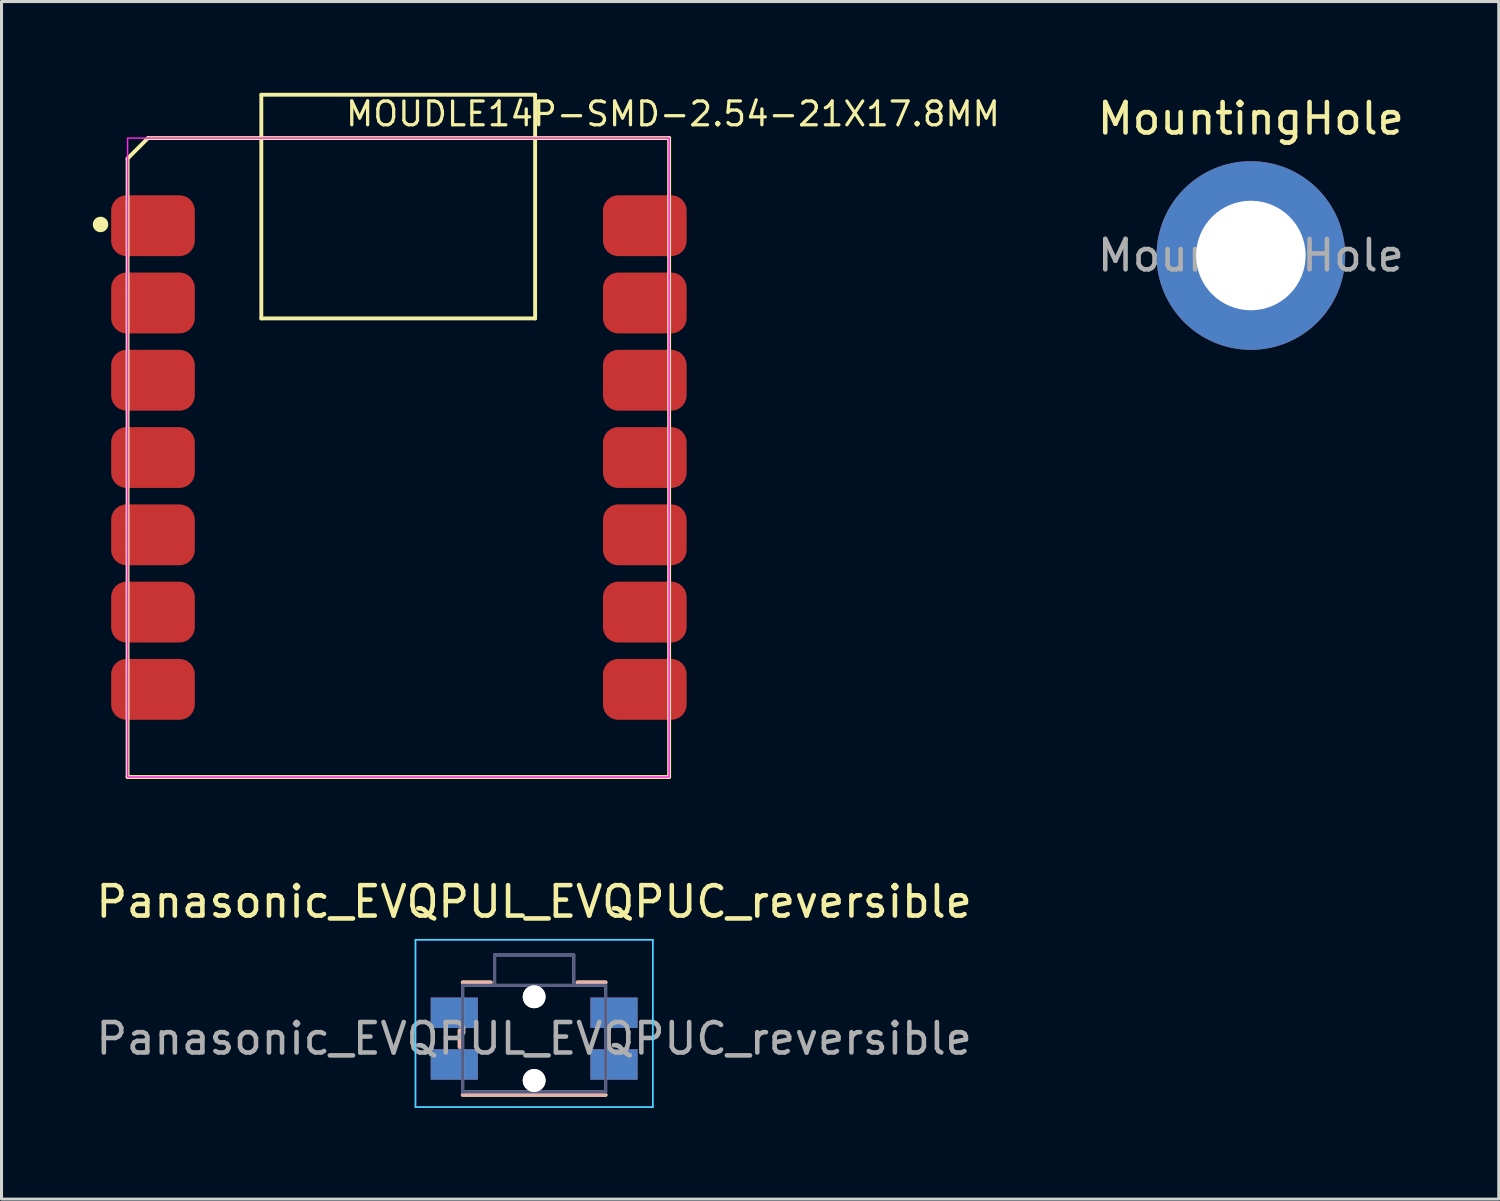
<source format=kicad_pcb>
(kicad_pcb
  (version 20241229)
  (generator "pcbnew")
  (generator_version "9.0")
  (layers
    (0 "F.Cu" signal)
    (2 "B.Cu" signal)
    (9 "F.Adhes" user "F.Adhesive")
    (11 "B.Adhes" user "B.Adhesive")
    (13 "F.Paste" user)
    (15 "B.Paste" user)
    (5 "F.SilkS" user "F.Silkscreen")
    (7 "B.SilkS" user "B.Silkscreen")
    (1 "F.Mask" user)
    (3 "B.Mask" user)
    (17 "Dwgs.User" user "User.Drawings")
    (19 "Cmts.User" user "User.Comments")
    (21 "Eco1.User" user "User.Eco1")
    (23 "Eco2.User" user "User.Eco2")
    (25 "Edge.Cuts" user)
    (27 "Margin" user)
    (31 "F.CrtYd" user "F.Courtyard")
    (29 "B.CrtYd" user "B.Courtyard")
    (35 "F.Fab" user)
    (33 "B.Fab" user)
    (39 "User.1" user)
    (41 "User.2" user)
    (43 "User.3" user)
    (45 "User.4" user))
  (footprint "Panasonic_EVQPUL_EVQPUC_reversible"
    (layer "F.Cu")
    (at 14.506 31.087)
    (property "Reference" "Panasonic_EVQPUL_EVQPUC_reversible" (at 0 -4.5 0) (layer "F.SilkS") (effects (font (size 1 1) (thickness 0.15))))
    (attr smd)
    (fp_line (start -2.45 0.275) (end -2.45 -0.275) (stroke (width 0.12) (type solid)) (layer "F.SilkS"))
    (fp_line (start -1.425 -1.85) (end -2.35 -1.85) (stroke (width 0.12) (type solid)) (layer "F.SilkS"))
    (fp_line (start 2.35 -1.85) (end 1.425 -1.85) (stroke (width 0.12) (type solid)) (layer "F.SilkS"))
    (fp_line (start 2.35 1.85) (end -2.35 1.85) (stroke (width 0.12) (type solid)) (layer "F.SilkS"))
    (fp_line (start 2.45 0.275) (end 2.45 -0.275) (stroke (width 0.12) (type solid)) (layer "F.SilkS"))
    (fp_line (start -2.45 -0.275) (end -2.45 0.275) (stroke (width 0.12) (type solid)) (layer "B.SilkS"))
    (fp_line (start -1.425 -1.85) (end -2.35 -1.85) (stroke (width 0.12) (type solid)) (layer "B.SilkS"))
    (fp_line (start 2.35 -1.85) (end 1.425 -1.85) (stroke (width 0.12) (type solid)) (layer "B.SilkS"))
    (fp_line (start 2.35 1.85) (end -2.35 1.85) (stroke (width 0.12) (type solid)) (layer "B.SilkS"))
    (fp_line (start 2.45 -0.275) (end 2.45 0.275) (stroke (width 0.12) (type solid)) (layer "B.SilkS"))
    (fp_line (start -3.9 -3.25) (end -3.9 2.25) (stroke (width 0.05) (type solid)) (layer "B.CrtYd"))
    (fp_line (start 3.9 -3.25) (end -3.9 -3.25) (stroke (width 0.05) (type solid)) (layer "B.CrtYd"))
    (fp_line (start 3.9 -3.25) (end 3.9 2.25) (stroke (width 0.05) (type solid)) (layer "B.CrtYd"))
    (fp_line (start 3.9 2.25) (end -3.9 2.25) (stroke (width 0.05) (type solid)) (layer "B.CrtYd"))
    (fp_line (start -3.9 2.25) (end -3.9 -3.25) (stroke (width 0.05) (type solid)) (layer "F.CrtYd"))
    (fp_line (start 3.9 -3.25) (end -3.9 -3.25) (stroke (width 0.05) (type solid)) (layer "F.CrtYd"))
    (fp_line (start 3.9 2.25) (end -3.9 2.25) (stroke (width 0.05) (type solid)) (layer "F.CrtYd"))
    (fp_line (start 3.9 2.25) (end 3.9 -3.25) (stroke (width 0.05) (type solid)) (layer "F.CrtYd"))
    (fp_line (start -2.35 -1.75) (end -2.35 1.75) (stroke (width 0.1) (type solid)) (layer "B.Fab"))
    (fp_line (start -1.3 -1.75) (end -1.3 -2.75) (stroke (width 0.1) (type solid)) (layer "B.Fab"))
    (fp_line (start 1.3 -2.75) (end -1.3 -2.75) (stroke (width 0.1) (type solid)) (layer "B.Fab"))
    (fp_line (start 1.3 -1.75) (end 1.3 -2.75) (stroke (width 0.1) (type solid)) (layer "B.Fab"))
    (fp_line (start 2.35 -1.75) (end -2.35 -1.75) (stroke (width 0.1) (type solid)) (layer "B.Fab"))
    (fp_line (start 2.35 -1.75) (end 2.35 1.75) (stroke (width 0.1) (type solid)) (layer "B.Fab"))
    (fp_line (start 2.35 1.75) (end -2.35 1.75) (stroke (width 0.1) (type solid)) (layer "B.Fab"))
    (fp_line (start -2.35 1.75) (end -2.35 -1.75) (stroke (width 0.1) (type solid)) (layer "F.Fab"))
    (fp_line (start -1.3 -2.75) (end -1.3 -1.75) (stroke (width 0.1) (type solid)) (layer "F.Fab"))
    (fp_line (start 1.3 -2.75) (end -1.3 -2.75) (stroke (width 0.1) (type solid)) (layer "F.Fab"))
    (fp_line (start 1.3 -2.75) (end 1.3 -1.75) (stroke (width 0.1) (type solid)) (layer "F.Fab"))
    (fp_line (start 2.35 -1.75) (end -2.35 -1.75) (stroke (width 0.1) (type solid)) (layer "F.Fab"))
    (fp_line (start 2.35 1.75) (end -2.35 1.75) (stroke (width 0.1) (type solid)) (layer "F.Fab"))
    (fp_line (start 2.35 1.75) (end 2.35 -1.75) (stroke (width 0.1) (type solid)) (layer "F.Fab"))
    (fp_text user "${REFERENCE}" (at 0 0 0) (layer "F.Fab") (effects (font (size 1 1) (thickness 0.15))))
    (pad "" np_thru_hole circle (at 0 -1.375 180) (size 0.75 0.75) (drill 0.75) (layers "*.Cu" "*.Mask"))
    (pad "" np_thru_hole circle (at 0 -1.375 180) (size 0.75 0.75) (drill 0.75) (layers "*.Cu" "*.Mask"))
    (pad "" np_thru_hole circle (at 0 1.375 180) (size 0.75 0.75) (drill 0.75) (layers "*.Cu" "*.Mask"))
    (pad "" np_thru_hole circle (at 0 1.375 180) (size 0.75 0.75) (drill 0.75) (layers "*.Cu" "*.Mask"))
    (pad "1" smd rect (at -2.625 -0.85 180) (size 1.55 1) (layers "F.Cu" "F.Mask" "F.Paste"))
    (pad "1" smd rect (at -2.625 -0.85 180) (size 1.55 1) (layers "B.Cu" "B.Mask" "B.Paste"))
    (pad "1" smd rect (at 2.625 -0.85 180) (size 1.55 1) (layers "F.Cu" "F.Mask" "F.Paste"))
    (pad "1" smd rect (at 2.625 -0.85 180) (size 1.55 1) (layers "B.Cu" "B.Mask" "B.Paste"))
    (pad "2" smd rect (at -2.625 0.85 180) (size 1.55 1) (layers "F.Cu" "F.Mask" "F.Paste"))
    (pad "2" smd rect (at -2.625 0.85 180) (size 1.55 1) (layers "B.Cu" "B.Mask" "B.Paste"))
    (pad "2" smd rect (at 2.625 0.85 180) (size 1.55 1) (layers "F.Cu" "F.Mask" "F.Paste"))
    (pad "2" smd rect (at 2.625 0.85 180) (size 1.55 1) (layers "B.Cu" "B.Mask" "B.Paste")))
  (footprint "MountingHole"
    (layer "F.Cu")
    (at 38.063 5.348)
    (property "Reference" "MountingHole" (at 0 -4.5 0) (layer "F.SilkS") (effects (font (size 1 1) (thickness 0.15))))
    (attr exclude_from_pos_files exclude_from_bom)
    (fp_text user "${REFERENCE}" (at 0 0 0) (layer "F.Fab") (effects (font (size 1 1) (thickness 0.15))))
    (pad "1" thru_hole circle (at 0 0) (size 6.2 6.2) (drill 3.6) (layers "*.Cu" "*.Mask")))
  (footprint "MOUDLE14P-SMD-2.54-21X17.8MM"
    (layer "F.Cu")
    (at 1.143 22.488)
    (property "Reference" "MOUDLE14P-SMD-2.54-21X17.8MM" (at 7.112 -21.336 0) (layer "F.SilkS") (effects (font (size 0.782 0.782) (thickness 0.107)) (justify left bottom)))
    (fp_line (start 0 -20.328) (end 0 0) (stroke (width 0.127) (type solid)) (layer "F.SilkS"))
    (fp_line (start 0 0) (end 17.8 0) (stroke (width 0.127) (type solid)) (layer "F.SilkS"))
    (fp_line (start 0.672 -21) (end 0 -20.328) (stroke (width 0.127) (type solid)) (layer "F.SilkS"))
    (fp_line (start 4.396 -15.072) (end 4.396 -22.425) (stroke (width 0.127) (type solid)) (layer "F.SilkS"))
    (fp_line (start 4.4 -22.424) (end 13.395 -22.424) (stroke (width 0.127) (type solid)) (layer "F.SilkS"))
    (fp_line (start 13.395 -22.424) (end 13.395 -15.072) (stroke (width 0.127) (type solid)) (layer "F.SilkS"))
    (fp_line (start 13.395 -15.072) (end 4.396 -15.072) (stroke (width 0.127) (type solid)) (layer "F.SilkS"))
    (fp_line (start 17.8 -21) (end 0.672 -21) (stroke (width 0.127) (type solid)) (layer "F.SilkS"))
    (fp_line (start 17.8 0) (end 17.8 -21) (stroke (width 0.127) (type solid)) (layer "F.SilkS"))
    (fp_circle (center -0.889 -18.161) (end -0.762 -18.161) (stroke (width 0.254) (type solid)) (fill yes) (layer "F.SilkS"))
    (fp_rect (start 17.8 0) (end 0 -21) (stroke (width 0.05) (type default)) (fill no) (layer "F.CrtYd"))
    (pad "1" smd roundrect (at 0.835 -18.12) (size 2.75 2) (layers "F.Cu" "F.Mask" "F.Paste") (roundrect_rratio 0.25))
    (pad "2" smd roundrect (at 0.835 -15.58) (size 2.75 2) (layers "F.Cu" "F.Mask" "F.Paste") (roundrect_rratio 0.25))
    (pad "3" smd roundrect (at 0.835 -13.04) (size 2.75 2) (layers "F.Cu" "F.Mask" "F.Paste") (roundrect_rratio 0.25))
    (pad "4" smd roundrect (at 0.835 -10.5) (size 2.75 2) (layers "F.Cu" "F.Mask" "F.Paste") (roundrect_rratio 0.25))
    (pad "5" smd roundrect (at 0.835 -7.96) (size 2.75 2) (layers "F.Cu" "F.Mask" "F.Paste") (roundrect_rratio 0.25))
    (pad "6" smd roundrect (at 0.835 -5.42) (size 2.75 2) (layers "F.Cu" "F.Mask" "F.Paste") (roundrect_rratio 0.25))
    (pad "7" smd roundrect (at 0.835 -2.88) (size 2.75 2) (layers "F.Cu" "F.Mask" "F.Paste") (roundrect_rratio 0.25))
    (pad "8" smd roundrect (at 17 -2.88) (size 2.75 2) (layers "F.Cu" "F.Mask" "F.Paste") (roundrect_rratio 0.25))
    (pad "9" smd roundrect (at 17 -5.42) (size 2.75 2) (layers "F.Cu" "F.Mask" "F.Paste") (roundrect_rratio 0.25))
    (pad "10" smd roundrect (at 17 -7.96) (size 2.75 2) (layers "F.Cu" "F.Mask" "F.Paste") (roundrect_rratio 0.25))
    (pad "11" smd roundrect (at 17 -10.5) (size 2.75 2) (layers "F.Cu" "F.Mask" "F.Paste") (roundrect_rratio 0.25))
    (pad "12" smd roundrect (at 17 -13.04) (size 2.75 2) (layers "F.Cu" "F.Mask" "F.Paste") (roundrect_rratio 0.25))
    (pad "13" smd roundrect (at 17 -15.58) (size 2.75 2) (layers "F.Cu" "F.Mask" "F.Paste") (roundrect_rratio 0.25))
    (pad "14" smd roundrect (at 17 -18.12) (size 2.75 2) (layers "F.Cu" "F.Mask" "F.Paste") (roundrect_rratio 0.25)))
  (gr_rect
    (start -3 -3)
    (end 46.211 36.362)
    (stroke (width 0.1) (type default))
    (fill no)
    (layer "Edge.Cuts")))
</source>
